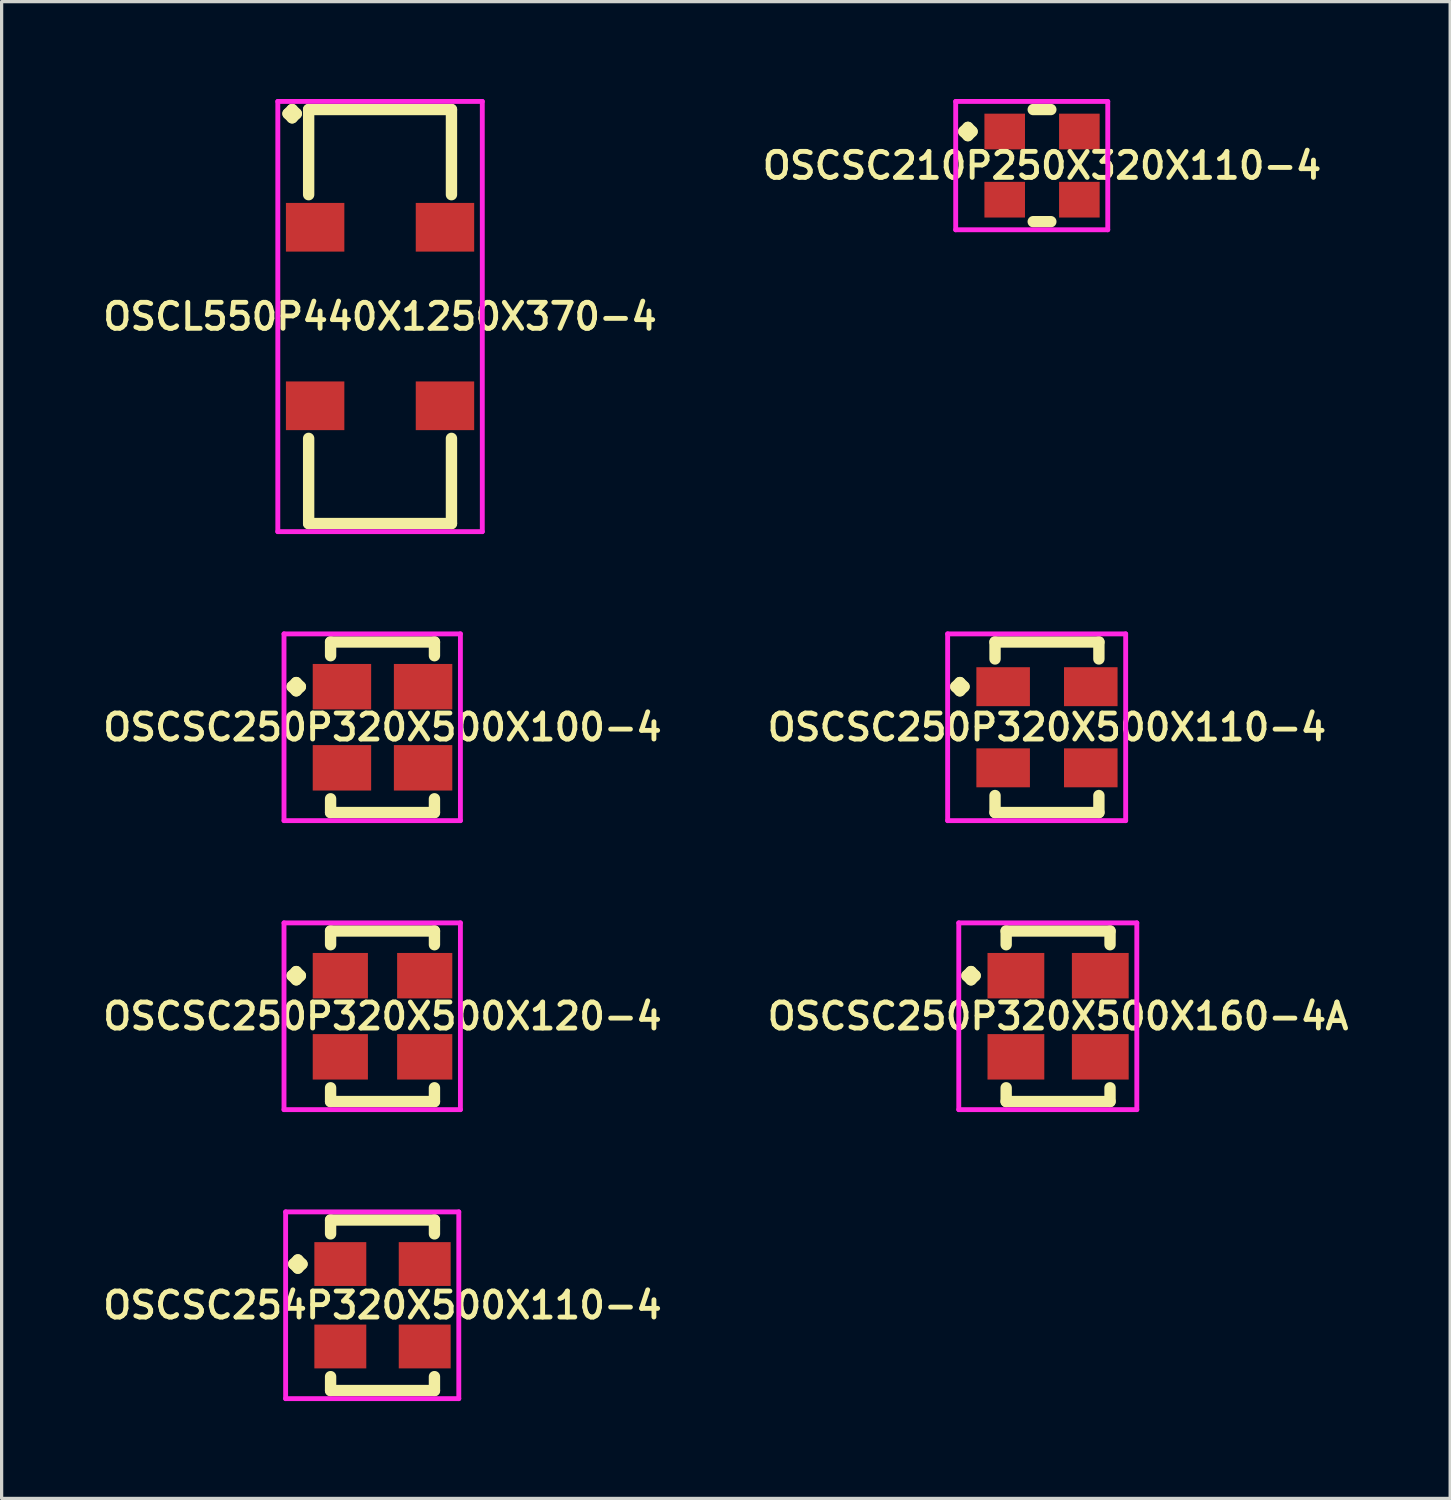
<source format=kicad_pcb>
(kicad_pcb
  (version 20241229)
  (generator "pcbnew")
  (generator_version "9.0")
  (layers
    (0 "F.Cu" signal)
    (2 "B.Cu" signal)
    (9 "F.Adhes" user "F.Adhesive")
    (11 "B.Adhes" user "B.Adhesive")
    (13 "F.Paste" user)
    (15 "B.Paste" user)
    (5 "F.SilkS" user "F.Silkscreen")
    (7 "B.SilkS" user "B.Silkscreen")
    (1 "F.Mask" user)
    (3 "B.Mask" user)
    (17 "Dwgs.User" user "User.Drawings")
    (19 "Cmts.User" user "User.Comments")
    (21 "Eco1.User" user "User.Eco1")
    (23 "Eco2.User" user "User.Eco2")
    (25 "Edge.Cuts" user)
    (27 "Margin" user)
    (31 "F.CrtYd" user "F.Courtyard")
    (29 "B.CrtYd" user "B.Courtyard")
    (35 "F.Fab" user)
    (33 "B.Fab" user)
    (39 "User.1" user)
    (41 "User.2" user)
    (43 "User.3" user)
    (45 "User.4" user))
  (footprint "OSCL550P440X1250X370-4"
    (layer "F.Cu")
    (at 8.659 6.702)
    (property "Reference" "OSCL550P440X1250X370-4" (at 0 0 0) (layer "F.SilkS") (effects (font (size 0.8 0.8) (thickness 0.15))))
    (attr smd)
    (fp_line (start -2.835 -6.25) (end -2.708 -6.377) (stroke (width 0.35) (type solid)) (layer "F.SilkS"))
    (fp_line (start -2.708 -6.377) (end -2.581 -6.25) (stroke (width 0.35) (type solid)) (layer "F.SilkS"))
    (fp_line (start -2.708 -6.123) (end -2.835 -6.25) (stroke (width 0.35) (type solid)) (layer "F.SilkS"))
    (fp_line (start -2.581 -6.25) (end -2.708 -6.123) (stroke (width 0.35) (type solid)) (layer "F.SilkS"))
    (fp_line (start -2.2 -6.377) (end 2.2 -6.377) (stroke (width 0.35) (type solid)) (layer "F.SilkS"))
    (fp_line (start -2.2 -3.754) (end -2.2 -6.377) (stroke (width 0.35) (type solid)) (layer "F.SilkS"))
    (fp_line (start -2.2 3.754) (end -2.2 6.377) (stroke (width 0.35) (type solid)) (layer "F.SilkS"))
    (fp_line (start -2.2 6.377) (end 2.2 6.377) (stroke (width 0.35) (type solid)) (layer "F.SilkS"))
    (fp_line (start 2.2 -6.377) (end 2.2 -3.754) (stroke (width 0.35) (type solid)) (layer "F.SilkS"))
    (fp_line (start 2.2 6.377) (end 2.2 3.754) (stroke (width 0.35) (type solid)) (layer "F.SilkS"))
    (fp_line (start -3.15 -6.627) (end 3.15 -6.627) (stroke (width 0.15) (type solid)) (layer "F.CrtYd"))
    (fp_line (start -3.15 6.627) (end -3.15 -6.627) (stroke (width 0.15) (type solid)) (layer "F.CrtYd"))
    (fp_line (start 3.15 -6.627) (end 3.15 6.627) (stroke (width 0.15) (type solid)) (layer "F.CrtYd"))
    (fp_line (start 3.15 6.627) (end -3.15 6.627) (stroke (width 0.15) (type solid)) (layer "F.CrtYd"))
    (pad "1" smd rect (at -2 -2.75) (size 1.8 1.5) (layers "F.Cu" "F.Mask" "F.Paste"))
    (pad "2" smd rect (at -2 2.75) (size 1.8 1.5) (layers "F.Cu" "F.Mask" "F.Paste"))
    (pad "3" smd rect (at 2 2.75) (size 1.8 1.5) (layers "F.Cu" "F.Mask" "F.Paste"))
    (pad "4" smd rect (at 2 -2.75) (size 1.8 1.5) (layers "F.Cu" "F.Mask" "F.Paste")))
  (footprint "OSCSC210P250X320X110-4"
    (layer "F.Cu")
    (at 29.054 2.052)
    (property "Reference" "OSCSC210P250X320X110-4" (at 0 0 0) (layer "F.SilkS") (effects (font (size 0.8 0.8) (thickness 0.15))))
    (attr smd)
    (fp_line (start -2.41 -1.05) (end -2.283 -1.177) (stroke (width 0.35) (type solid)) (layer "F.SilkS"))
    (fp_line (start -2.283 -1.177) (end -2.156 -1.05) (stroke (width 0.35) (type solid)) (layer "F.SilkS"))
    (fp_line (start -2.283 -0.923) (end -2.41 -1.05) (stroke (width 0.35) (type solid)) (layer "F.SilkS"))
    (fp_line (start -2.156 -1.05) (end -2.283 -0.923) (stroke (width 0.35) (type solid)) (layer "F.SilkS"))
    (fp_line (start -0.271 -1.727) (end 0.271 -1.727) (stroke (width 0.35) (type solid)) (layer "F.SilkS"))
    (fp_line (start -0.271 1.727) (end 0.271 1.727) (stroke (width 0.35) (type solid)) (layer "F.SilkS"))
    (fp_line (start -2.66 -1.977) (end 2.025 -1.977) (stroke (width 0.15) (type solid)) (layer "F.CrtYd"))
    (fp_line (start -2.66 1.977) (end -2.66 -1.977) (stroke (width 0.15) (type solid)) (layer "F.CrtYd"))
    (fp_line (start 2.025 -1.977) (end 2.025 1.977) (stroke (width 0.15) (type solid)) (layer "F.CrtYd"))
    (fp_line (start 2.025 1.977) (end -2.66 1.977) (stroke (width 0.15) (type solid)) (layer "F.CrtYd"))
    (pad "1" smd rect (at -1.15 -1.05) (size 1.25 1.1) (layers "F.Cu" "F.Mask" "F.Paste"))
    (pad "2" smd rect (at -1.15 1.05) (size 1.25 1.1) (layers "F.Cu" "F.Mask" "F.Paste"))
    (pad "3" smd rect (at 1.15 1.05) (size 1.25 1.1) (layers "F.Cu" "F.Mask" "F.Paste"))
    (pad "4" smd rect (at 1.15 -1.05) (size 1.25 1.1) (layers "F.Cu" "F.Mask" "F.Paste")))
  (footprint "OSCSC250P320X500X120-4"
    (layer "F.Cu")
    (at 8.735 28.26)
    (property "Reference" "OSCSC250P320X500X120-4" (at 0 0 0) (layer "F.SilkS") (effects (font (size 0.8 0.8) (thickness 0.15))))
    (attr smd)
    (fp_line (start -2.785 -1.25) (end -2.658 -1.377) (stroke (width 0.35) (type solid)) (layer "F.SilkS"))
    (fp_line (start -2.658 -1.377) (end -2.531 -1.25) (stroke (width 0.35) (type solid)) (layer "F.SilkS"))
    (fp_line (start -2.658 -1.123) (end -2.785 -1.25) (stroke (width 0.35) (type solid)) (layer "F.SilkS"))
    (fp_line (start -2.531 -1.25) (end -2.658 -1.123) (stroke (width 0.35) (type solid)) (layer "F.SilkS"))
    (fp_line (start -1.6 -2.627) (end 1.6 -2.627) (stroke (width 0.35) (type solid)) (layer "F.SilkS"))
    (fp_line (start -1.6 -2.204) (end -1.6 -2.627) (stroke (width 0.35) (type solid)) (layer "F.SilkS"))
    (fp_line (start -1.6 2.204) (end -1.6 2.627) (stroke (width 0.35) (type solid)) (layer "F.SilkS"))
    (fp_line (start -1.6 2.627) (end 1.6 2.627) (stroke (width 0.35) (type solid)) (layer "F.SilkS"))
    (fp_line (start 1.6 -2.627) (end 1.6 -2.204) (stroke (width 0.35) (type solid)) (layer "F.SilkS"))
    (fp_line (start 1.6 2.627) (end 1.6 2.204) (stroke (width 0.35) (type solid)) (layer "F.SilkS"))
    (fp_line (start -3.035 -2.877) (end 2.4 -2.877) (stroke (width 0.15) (type solid)) (layer "F.CrtYd"))
    (fp_line (start -3.035 2.877) (end -3.035 -2.877) (stroke (width 0.15) (type solid)) (layer "F.CrtYd"))
    (fp_line (start 2.4 -2.877) (end 2.4 2.877) (stroke (width 0.15) (type solid)) (layer "F.CrtYd"))
    (fp_line (start 2.4 2.877) (end -3.035 2.877) (stroke (width 0.15) (type solid)) (layer "F.CrtYd"))
    (pad "1" smd rect (at -1.3 -1.25) (size 1.7 1.4) (layers "F.Cu" "F.Mask" "F.Paste"))
    (pad "2" smd rect (at -1.3 1.25) (size 1.7 1.4) (layers "F.Cu" "F.Mask" "F.Paste"))
    (pad "3" smd rect (at 1.3 1.25) (size 1.7 1.4) (layers "F.Cu" "F.Mask" "F.Paste"))
    (pad "4" smd rect (at 1.3 -1.25) (size 1.7 1.4) (layers "F.Cu" "F.Mask" "F.Paste")))
  (footprint "OSCSC250P320X500X100-4"
    (layer "F.Cu")
    (at 8.735 19.356)
    (property "Reference" "OSCSC250P320X500X100-4" (at 0 0 0) (layer "F.SilkS") (effects (font (size 0.8 0.8) (thickness 0.15))))
    (attr smd)
    (fp_line (start -2.785 -1.25) (end -2.658 -1.377) (stroke (width 0.35) (type solid)) (layer "F.SilkS"))
    (fp_line (start -2.658 -1.377) (end -2.531 -1.25) (stroke (width 0.35) (type solid)) (layer "F.SilkS"))
    (fp_line (start -2.658 -1.123) (end -2.785 -1.25) (stroke (width 0.35) (type solid)) (layer "F.SilkS"))
    (fp_line (start -2.531 -1.25) (end -2.658 -1.123) (stroke (width 0.35) (type solid)) (layer "F.SilkS"))
    (fp_line (start -1.6 -2.627) (end 1.6 -2.627) (stroke (width 0.35) (type solid)) (layer "F.SilkS"))
    (fp_line (start -1.6 -2.204) (end -1.6 -2.627) (stroke (width 0.35) (type solid)) (layer "F.SilkS"))
    (fp_line (start -1.6 2.204) (end -1.6 2.627) (stroke (width 0.35) (type solid)) (layer "F.SilkS"))
    (fp_line (start -1.6 2.627) (end 1.6 2.627) (stroke (width 0.35) (type solid)) (layer "F.SilkS"))
    (fp_line (start 1.6 -2.627) (end 1.6 -2.204) (stroke (width 0.35) (type solid)) (layer "F.SilkS"))
    (fp_line (start 1.6 2.627) (end 1.6 2.204) (stroke (width 0.35) (type solid)) (layer "F.SilkS"))
    (fp_line (start -3.035 -2.877) (end 2.4 -2.877) (stroke (width 0.15) (type solid)) (layer "F.CrtYd"))
    (fp_line (start -3.035 2.877) (end -3.035 -2.877) (stroke (width 0.15) (type solid)) (layer "F.CrtYd"))
    (fp_line (start 2.4 -2.877) (end 2.4 2.877) (stroke (width 0.15) (type solid)) (layer "F.CrtYd"))
    (fp_line (start 2.4 2.877) (end -3.035 2.877) (stroke (width 0.15) (type solid)) (layer "F.CrtYd"))
    (pad "1" smd rect (at -1.25 -1.25) (size 1.8 1.4) (layers "F.Cu" "F.Mask" "F.Paste"))
    (pad "2" smd rect (at -1.25 1.25) (size 1.8 1.4) (layers "F.Cu" "F.Mask" "F.Paste"))
    (pad "3" smd rect (at 1.25 1.25) (size 1.8 1.4) (layers "F.Cu" "F.Mask" "F.Paste"))
    (pad "4" smd rect (at 1.25 -1.25) (size 1.8 1.4) (layers "F.Cu" "F.Mask" "F.Paste")))
  (footprint "OSCSC250P320X500X160-4A"
    (layer "F.Cu")
    (at 29.549 28.26)
    (property "Reference" "OSCSC250P320X500X160-4A" (at 0 0 0) (layer "F.SilkS") (effects (font (size 0.8 0.8) (thickness 0.15))))
    (attr through_hole)
    (fp_line (start -2.81 -1.25) (end -2.683 -1.377) (stroke (width 0.35) (type solid)) (layer "F.SilkS"))
    (fp_line (start -2.683 -1.377) (end -2.556 -1.25) (stroke (width 0.35) (type solid)) (layer "F.SilkS"))
    (fp_line (start -2.683 -1.123) (end -2.81 -1.25) (stroke (width 0.35) (type solid)) (layer "F.SilkS"))
    (fp_line (start -2.556 -1.25) (end -2.683 -1.123) (stroke (width 0.35) (type solid)) (layer "F.SilkS"))
    (fp_line (start -1.6 -2.627) (end 1.6 -2.627) (stroke (width 0.35) (type solid)) (layer "F.SilkS"))
    (fp_line (start -1.6 -2.204) (end -1.6 -2.627) (stroke (width 0.35) (type solid)) (layer "F.SilkS"))
    (fp_line (start -1.6 2.204) (end -1.6 2.627) (stroke (width 0.35) (type solid)) (layer "F.SilkS"))
    (fp_line (start -1.6 2.627) (end 1.6 2.627) (stroke (width 0.35) (type solid)) (layer "F.SilkS"))
    (fp_line (start 1.6 -2.627) (end 1.6 -2.204) (stroke (width 0.35) (type solid)) (layer "F.SilkS"))
    (fp_line (start 1.6 2.627) (end 1.6 2.204) (stroke (width 0.35) (type solid)) (layer "F.SilkS"))
    (fp_line (start -3.06 -2.877) (end 2.425 -2.877) (stroke (width 0.15) (type solid)) (layer "F.CrtYd"))
    (fp_line (start -3.06 2.877) (end -3.06 -2.877) (stroke (width 0.15) (type solid)) (layer "F.CrtYd"))
    (fp_line (start 2.425 -2.877) (end 2.425 2.877) (stroke (width 0.15) (type solid)) (layer "F.CrtYd"))
    (fp_line (start 2.425 2.877) (end -3.06 2.877) (stroke (width 0.15) (type solid)) (layer "F.CrtYd"))
    (pad "1" smd rect (at -1.3 -1.25) (size 1.75 1.4) (layers "F.Cu" "F.Mask" "F.Paste"))
    (pad "2" smd rect (at -1.3 1.25) (size 1.75 1.4) (layers "F.Cu" "F.Mask" "F.Paste"))
    (pad "3" smd rect (at 1.3 1.25) (size 1.75 1.4) (layers "F.Cu" "F.Mask" "F.Paste"))
    (pad "4" smd rect (at 1.3 -1.25) (size 1.75 1.4) (layers "F.Cu" "F.Mask" "F.Paste")))
  (footprint "OSCSC250P320X500X110-4"
    (layer "F.Cu")
    (at 29.206 19.356)
    (property "Reference" "OSCSC250P320X500X110-4" (at 0 0 0) (layer "F.SilkS") (effects (font (size 0.8 0.8) (thickness 0.15))))
    (attr through_hole)
    (fp_line (start -2.81 -1.25) (end -2.683 -1.377) (stroke (width 0.35) (type solid)) (layer "F.SilkS"))
    (fp_line (start -2.683 -1.377) (end -2.556 -1.25) (stroke (width 0.35) (type solid)) (layer "F.SilkS"))
    (fp_line (start -2.683 -1.123) (end -2.81 -1.25) (stroke (width 0.35) (type solid)) (layer "F.SilkS"))
    (fp_line (start -2.556 -1.25) (end -2.683 -1.123) (stroke (width 0.35) (type solid)) (layer "F.SilkS"))
    (fp_line (start -1.6 -2.627) (end 1.6 -2.627) (stroke (width 0.35) (type solid)) (layer "F.SilkS"))
    (fp_line (start -1.6 -2.104) (end -1.6 -2.627) (stroke (width 0.35) (type solid)) (layer "F.SilkS"))
    (fp_line (start -1.6 2.104) (end -1.6 2.627) (stroke (width 0.35) (type solid)) (layer "F.SilkS"))
    (fp_line (start -1.6 2.627) (end 1.6 2.627) (stroke (width 0.35) (type solid)) (layer "F.SilkS"))
    (fp_line (start 1.6 -2.627) (end 1.6 -2.104) (stroke (width 0.35) (type solid)) (layer "F.SilkS"))
    (fp_line (start 1.6 2.627) (end 1.6 2.104) (stroke (width 0.35) (type solid)) (layer "F.SilkS"))
    (fp_line (start -3.06 -2.877) (end 2.425 -2.877) (stroke (width 0.15) (type solid)) (layer "F.CrtYd"))
    (fp_line (start -3.06 2.877) (end -3.06 -2.877) (stroke (width 0.15) (type solid)) (layer "F.CrtYd"))
    (fp_line (start 2.425 -2.877) (end 2.425 2.877) (stroke (width 0.15) (type solid)) (layer "F.CrtYd"))
    (fp_line (start 2.425 2.877) (end -3.06 2.877) (stroke (width 0.15) (type solid)) (layer "F.CrtYd"))
    (pad "1" smd rect (at -1.35 -1.25) (size 1.65 1.2) (layers "F.Cu" "F.Mask" "F.Paste"))
    (pad "2" smd rect (at -1.35 1.25) (size 1.65 1.2) (layers "F.Cu" "F.Mask" "F.Paste"))
    (pad "3" smd rect (at 1.35 1.25) (size 1.65 1.2) (layers "F.Cu" "F.Mask" "F.Paste"))
    (pad "4" smd rect (at 1.35 -1.25) (size 1.65 1.2) (layers "F.Cu" "F.Mask" "F.Paste")))
  (footprint "OSCSC254P320X500X110-4"
    (layer "F.Cu")
    (at 8.735 37.164)
    (property "Reference" "OSCSC254P320X500X110-4" (at 0 0 0) (layer "F.SilkS") (effects (font (size 0.8 0.8) (thickness 0.15))))
    (attr smd)
    (fp_line (start -2.735 -1.27) (end -2.608 -1.397) (stroke (width 0.35) (type solid)) (layer "F.SilkS"))
    (fp_line (start -2.608 -1.397) (end -2.481 -1.27) (stroke (width 0.35) (type solid)) (layer "F.SilkS"))
    (fp_line (start -2.608 -1.143) (end -2.735 -1.27) (stroke (width 0.35) (type solid)) (layer "F.SilkS"))
    (fp_line (start -2.481 -1.27) (end -2.608 -1.143) (stroke (width 0.35) (type solid)) (layer "F.SilkS"))
    (fp_line (start -1.6 -2.627) (end 1.6 -2.627) (stroke (width 0.35) (type solid)) (layer "F.SilkS"))
    (fp_line (start -1.6 -2.199) (end -1.6 -2.627) (stroke (width 0.35) (type solid)) (layer "F.SilkS"))
    (fp_line (start -1.6 2.199) (end -1.6 2.627) (stroke (width 0.35) (type solid)) (layer "F.SilkS"))
    (fp_line (start -1.6 2.627) (end 1.6 2.627) (stroke (width 0.35) (type solid)) (layer "F.SilkS"))
    (fp_line (start 1.6 -2.627) (end 1.6 -2.199) (stroke (width 0.35) (type solid)) (layer "F.SilkS"))
    (fp_line (start 1.6 2.627) (end 1.6 2.199) (stroke (width 0.35) (type solid)) (layer "F.SilkS"))
    (fp_line (start -2.985 -2.877) (end 2.35 -2.877) (stroke (width 0.15) (type solid)) (layer "F.CrtYd"))
    (fp_line (start -2.985 2.877) (end -2.985 -2.877) (stroke (width 0.15) (type solid)) (layer "F.CrtYd"))
    (fp_line (start 2.35 -2.877) (end 2.35 2.877) (stroke (width 0.15) (type solid)) (layer "F.CrtYd"))
    (fp_line (start 2.35 2.877) (end -2.985 2.877) (stroke (width 0.15) (type solid)) (layer "F.CrtYd"))
    (pad "1" smd rect (at -1.3 -1.27) (size 1.6 1.35) (layers "F.Cu" "F.Mask" "F.Paste"))
    (pad "2" smd rect (at -1.3 1.27) (size 1.6 1.35) (layers "F.Cu" "F.Mask" "F.Paste"))
    (pad "3" smd rect (at 1.3 1.27) (size 1.6 1.35) (layers "F.Cu" "F.Mask" "F.Paste"))
    (pad "4" smd rect (at 1.3 -1.27) (size 1.6 1.35) (layers "F.Cu" "F.Mask" "F.Paste")))
  (gr_rect
    (start -3 -3)
    (end 41.628 43.116)
    (stroke (width 0.1) (type default))
    (fill no)
    (layer "Edge.Cuts")))
</source>
